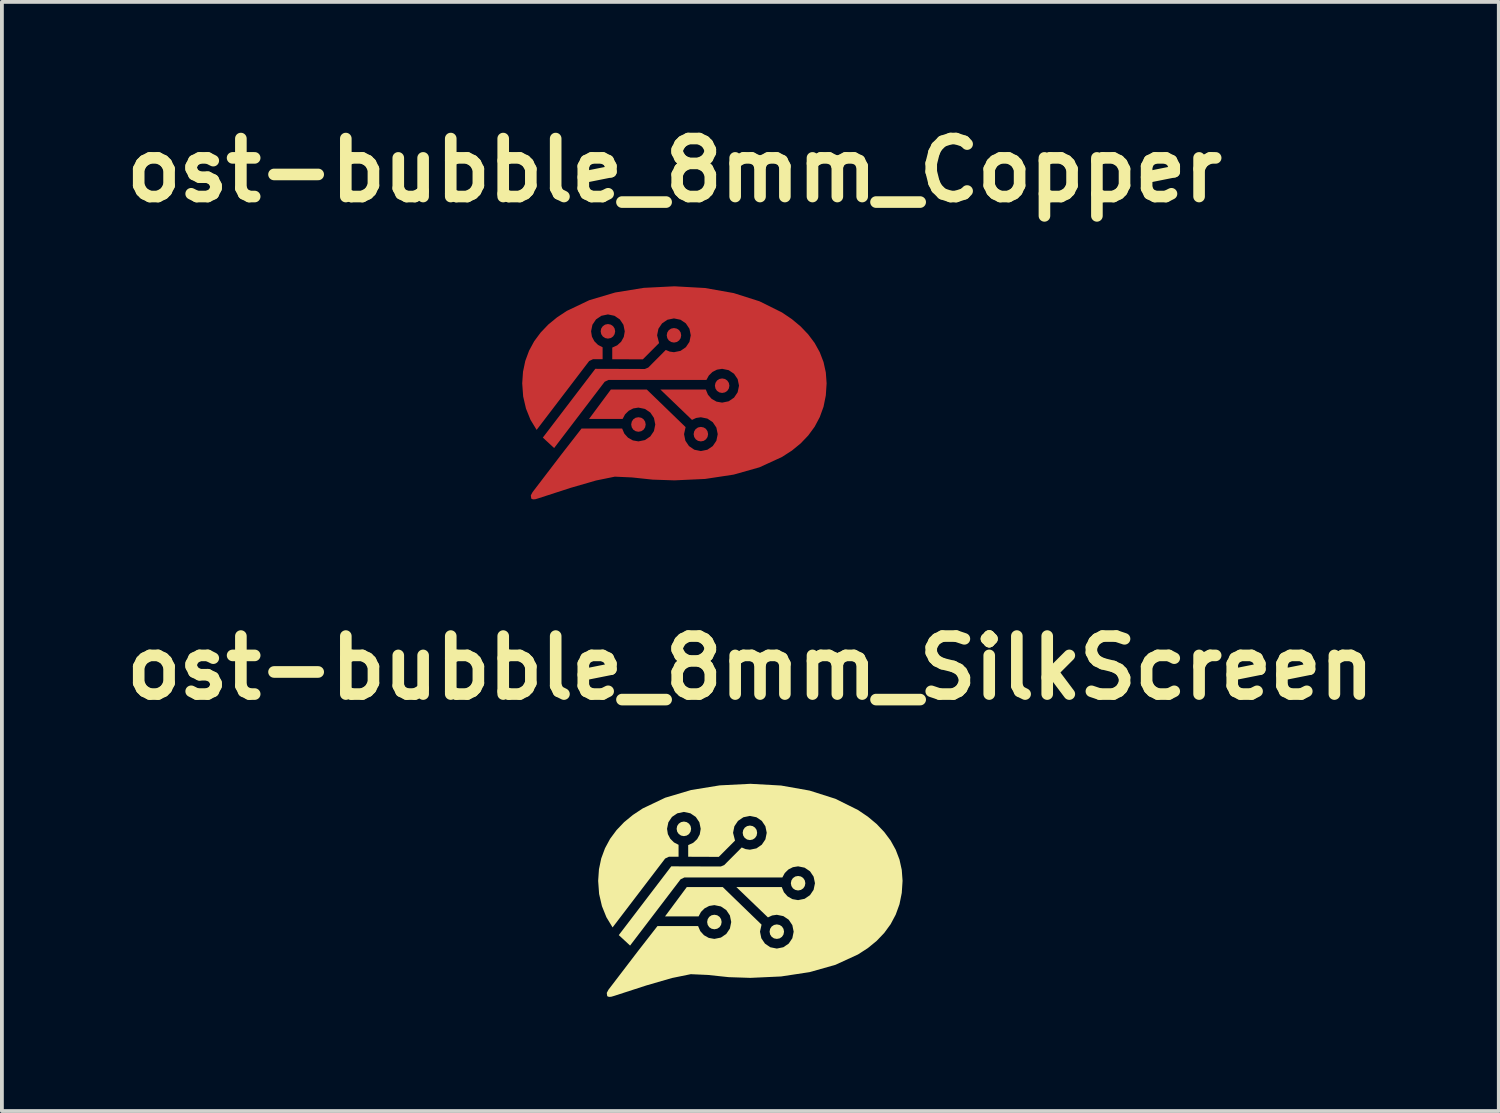
<source format=kicad_pcb>
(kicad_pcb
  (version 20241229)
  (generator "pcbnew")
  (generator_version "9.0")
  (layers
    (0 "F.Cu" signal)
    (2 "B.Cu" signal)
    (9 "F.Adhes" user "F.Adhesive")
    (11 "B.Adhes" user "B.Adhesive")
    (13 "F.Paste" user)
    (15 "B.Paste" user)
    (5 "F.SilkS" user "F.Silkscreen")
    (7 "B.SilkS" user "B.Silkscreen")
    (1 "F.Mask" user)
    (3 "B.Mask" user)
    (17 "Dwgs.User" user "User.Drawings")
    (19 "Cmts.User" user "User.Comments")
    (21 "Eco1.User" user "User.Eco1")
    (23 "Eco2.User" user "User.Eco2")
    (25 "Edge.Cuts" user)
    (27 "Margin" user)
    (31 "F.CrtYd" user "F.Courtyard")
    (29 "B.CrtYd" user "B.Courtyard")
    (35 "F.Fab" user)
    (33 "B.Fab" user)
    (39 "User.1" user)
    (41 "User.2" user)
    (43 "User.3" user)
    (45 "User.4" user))
  (footprint "ost-bubble_8mm_Copper"
    (layer "F.Cu")
    (at 14.674 7.274)
    (property "Reference" "ost-bubble_8mm_Copper" (at 0 -5.848 0) (layer "F.SilkS") (effects (font (size 1.524 1.524) (thickness 0.305))))
    (attr exclude_from_pos_files exclude_from_bom)
    (fp_poly (pts (xy -1.747 -1.808) (xy -1.822 -1.793) (xy -1.882 -1.752) (xy -1.923 -1.692) (xy -1.938 -1.617) (xy -1.923 -1.542) (xy -1.882 -1.481) (xy -1.822 -1.44) (xy -1.747 -1.425) (xy -1.673 -1.44) (xy -1.612 -1.481) (xy -1.572 -1.542) (xy -1.557 -1.617) (xy -1.572 -1.692) (xy -1.612 -1.752) (xy -1.673 -1.793) (xy -1.747 -1.808)) (stroke (width 0) (type solid)) (fill yes) (layer "F.Cu"))
    (fp_poly (pts (xy -0.946 0.641) (xy -1.02 0.655) (xy -1.081 0.696) (xy -1.121 0.757) (xy -1.136 0.832) (xy -1.121 0.907) (xy -1.081 0.968) (xy -1.02 1.008) (xy -0.946 1.023) (xy -0.871 1.008) (xy -0.81 0.968) (xy -0.77 0.907) (xy -0.755 0.832) (xy -0.77 0.757) (xy -0.81 0.696) (xy -0.871 0.655) (xy -0.946 0.641)) (stroke (width 0) (type solid)) (fill yes) (layer "F.Cu"))
    (fp_poly (pts (xy 0.695 0.895) (xy 0.62 0.91) (xy 0.56 0.95) (xy 0.52 1.011) (xy 0.505 1.086) (xy 0.52 1.161) (xy 0.56 1.221) (xy 0.62 1.262) (xy 0.695 1.276) (xy 0.77 1.262) (xy 0.83 1.221) (xy 0.87 1.161) (xy 0.885 1.086) (xy 0.87 1.011) (xy 0.83 0.95) (xy 0.77 0.91) (xy 0.695 0.895)) (stroke (width 0) (type solid)) (fill yes) (layer "F.Cu"))
    (fp_poly (pts (xy -0.012 -1.703) (xy -0.087 -1.688) (xy -0.147 -1.648) (xy -0.187 -1.587) (xy -0.202 -1.512) (xy -0.187 -1.437) (xy -0.147 -1.377) (xy -0.087 -1.336) (xy -0.012 -1.321) (xy 0.063 -1.336) (xy 0.123 -1.377) (xy 0.164 -1.437) (xy 0.178 -1.512) (xy 0.164 -1.587) (xy 0.123 -1.648) (xy 0.063 -1.688) (xy -0.012 -1.703) (xy -0.012 -1.703)) (stroke (width 0) (type solid)) (fill yes) (layer "F.Cu"))
    (fp_poly (pts (xy 1.254 -0.378) (xy 1.18 -0.364) (xy 1.119 -0.323) (xy 1.079 -0.262) (xy 1.064 -0.188) (xy 1.079 -0.113) (xy 1.119 -0.052) (xy 1.18 -0.012) (xy 1.254 0.003) (xy 1.329 -0.012) (xy 1.389 -0.052) (xy 1.43 -0.113) (xy 1.445 -0.188) (xy 1.43 -0.262) (xy 1.389 -0.323) (xy 1.329 -0.364) (xy 1.254 -0.378) (xy 1.254 -0.378)) (stroke (width 0) (type solid)) (fill yes) (layer "F.Cu"))
    (fp_poly (pts (xy -0.000064 -2.8) (xy -0.806 -2.759) (xy -1.557 -2.637) (xy -2.237 -2.435) (xy -2.829 -2.153) (xy -3.087 -1.982) (xy -3.317 -1.793) (xy -3.517 -1.583) (xy -3.686 -1.355) (xy -3.82 -1.107) (xy -3.919 -0.84) (xy -3.979 -0.555) (xy -4 -0.25) (xy -3.975 0.095) (xy -3.901 0.414) (xy -3.783 0.707) (xy -3.621 0.974) (xy -2.24 -0.836) (xy -2.14 -0.884) (xy -1.887 -0.884) (xy -1.887 -1.197) (xy -2.008 -1.26) (xy -2.104 -1.356) (xy -2.168 -1.477) (xy -2.19 -1.617) (xy -2.155 -1.789) (xy -2.06 -1.93) (xy -1.919 -2.025) (xy -1.747 -2.061) (xy -1.576 -2.025) (xy -1.435 -1.93) (xy -1.34 -1.789) (xy -1.305 -1.617) (xy -1.33 -1.471) (xy -1.399 -1.345) (xy -1.503 -1.249) (xy -1.634 -1.189) (xy -1.634 -0.883) (xy -0.83 -0.88) (xy -0.403 -1.308) (xy -0.455 -1.512) (xy -0.42 -1.684) (xy -0.325 -1.825) (xy -0.184 -1.921) (xy -0.012 -1.956) (xy 0.16 -1.921) (xy 0.3 -1.826) (xy 0.395 -1.684) (xy 0.43 -1.512) (xy 0.395 -1.34) (xy 0.3 -1.199) (xy 0.16 -1.103) (xy -0.012 -1.068) (xy -0.125 -1.084) (xy -0.227 -1.127) (xy -0.688 -0.664) (xy -0.777 -0.627) (xy -2.079 -0.631) (xy -3.458 1.176) (xy -3.161 1.451) (xy -1.833 -0.291) (xy -1.733 -0.339) (xy 0.841 -0.339) (xy 0.905 -0.456) (xy 1 -0.549) (xy 1.118 -0.609) (xy 1.254 -0.631) (xy 1.426 -0.596) (xy 1.567 -0.501) (xy 1.662 -0.36) (xy 1.698 -0.188) (xy 1.662 -0.015) (xy 1.567 0.126) (xy 1.426 0.222) (xy 1.254 0.257) (xy 1.106 0.231) (xy 0.979 0.159) (xy 0.882 0.05) (xy 0.825 -0.086) (xy -0.368 -0.086) (xy 0.462 0.711) (xy 0.572 0.66) (xy 0.695 0.642) (xy 0.867 0.677) (xy 1.008 0.772) (xy 1.103 0.914) (xy 1.138 1.086) (xy 1.103 1.258) (xy 1.008 1.399) (xy 0.867 1.495) (xy 0.695 1.53) (xy 0.523 1.495) (xy 0.383 1.399) (xy 0.288 1.258) (xy 0.253 1.086) (xy 0.294 0.901) (xy -0.725 -0.086) (xy -1.671 -0.086) (xy -2.243 0.685) (xy -1.361 0.685) (xy -1.297 0.566) (xy -1.202 0.472) (xy -1.083 0.41) (xy -0.946 0.388) (xy -0.774 0.423) (xy -0.633 0.518) (xy -0.538 0.66) (xy -0.503 0.832) (xy -0.538 1.004) (xy -0.633 1.145) (xy -0.774 1.241) (xy -0.946 1.276) (xy -1.093 1.25) (xy -1.219 1.179) (xy -1.316 1.072) (xy -1.374 0.938) (xy -2.441 0.938) (xy -2.954 1.597) (xy -3.729 2.611) (xy -3.774 2.695) (xy -3.762 2.781) (xy -3.716 2.8) (xy -3.656 2.796) (xy -3.581 2.774) (xy -2.734 2.499) (xy -2.061 2.304) (xy -1.566 2.203) (xy -1.118 2.223) (xy -0.571 2.281) (xy -0.000044 2.3) (xy 0.806 2.263) (xy 1.557 2.149) (xy 2.236 1.957) (xy 2.828 1.685) (xy 3.087 1.518) (xy 3.317 1.33) (xy 3.517 1.121) (xy 3.686 0.89) (xy 3.82 0.638) (xy 3.919 0.365) (xy 3.979 0.068) (xy 4 -0.25) (xy 3.979 -0.537) (xy 3.919 -0.809) (xy 3.82 -1.067) (xy 3.686 -1.309) (xy 3.517 -1.535) (xy 3.317 -1.745) (xy 3.087 -1.937) (xy 2.828 -2.112) (xy 2.236 -2.406) (xy 1.557 -2.622) (xy 0.806 -2.755) (xy -0.000044 -2.8) (xy -0.000064 -2.8)) (stroke (width 0) (type solid)) (fill yes) (layer "F.Cu")))
  (footprint "ost-bubble_8mm_SilkScreen"
    (layer "F.Cu")
    (at 16.67 20.349)
    (property "Reference" "ost-bubble_8mm_SilkScreen" (at 0 -5.848 0) (layer "F.SilkS") (effects (font (size 1.524 1.524) (thickness 0.305))))
    (attr exclude_from_pos_files exclude_from_bom)
    (fp_poly (pts (xy -1.747 -1.808) (xy -1.822 -1.793) (xy -1.882 -1.752) (xy -1.923 -1.692) (xy -1.938 -1.617) (xy -1.923 -1.542) (xy -1.882 -1.481) (xy -1.822 -1.44) (xy -1.747 -1.425) (xy -1.673 -1.44) (xy -1.612 -1.481) (xy -1.572 -1.542) (xy -1.557 -1.617) (xy -1.572 -1.692) (xy -1.612 -1.752) (xy -1.673 -1.793) (xy -1.747 -1.808)) (stroke (width 0) (type solid)) (fill yes) (layer "F.SilkS"))
    (fp_poly (pts (xy -0.946 0.641) (xy -1.02 0.655) (xy -1.081 0.696) (xy -1.121 0.757) (xy -1.136 0.832) (xy -1.121 0.907) (xy -1.081 0.968) (xy -1.02 1.008) (xy -0.946 1.023) (xy -0.871 1.008) (xy -0.81 0.968) (xy -0.77 0.907) (xy -0.755 0.832) (xy -0.77 0.757) (xy -0.81 0.696) (xy -0.871 0.655) (xy -0.946 0.641)) (stroke (width 0) (type solid)) (fill yes) (layer "F.SilkS"))
    (fp_poly (pts (xy -0.012 -1.703) (xy -0.087 -1.688) (xy -0.147 -1.648) (xy -0.187 -1.587) (xy -0.202 -1.512) (xy -0.187 -1.437) (xy -0.147 -1.377) (xy -0.087 -1.336) (xy -0.012 -1.321) (xy 0.063 -1.336) (xy 0.123 -1.377) (xy 0.164 -1.437) (xy 0.178 -1.512) (xy 0.164 -1.587) (xy 0.123 -1.648) (xy 0.063 -1.688) (xy -0.012 -1.703)) (stroke (width 0) (type solid)) (fill yes) (layer "F.SilkS"))
    (fp_poly (pts (xy 0.695 0.895) (xy 0.62 0.91) (xy 0.56 0.95) (xy 0.52 1.011) (xy 0.505 1.086) (xy 0.52 1.161) (xy 0.56 1.221) (xy 0.62 1.262) (xy 0.695 1.276) (xy 0.77 1.262) (xy 0.83 1.221) (xy 0.87 1.161) (xy 0.885 1.086) (xy 0.87 1.011) (xy 0.83 0.95) (xy 0.77 0.91) (xy 0.695 0.895)) (stroke (width 0) (type solid)) (fill yes) (layer "F.SilkS"))
    (fp_poly (pts (xy 1.254 -0.378) (xy 1.18 -0.364) (xy 1.119 -0.323) (xy 1.079 -0.262) (xy 1.064 -0.188) (xy 1.079 -0.113) (xy 1.119 -0.052) (xy 1.18 -0.012) (xy 1.254 0.003) (xy 1.329 -0.012) (xy 1.389 -0.052) (xy 1.43 -0.113) (xy 1.445 -0.188) (xy 1.43 -0.262) (xy 1.389 -0.323) (xy 1.329 -0.364) (xy 1.254 -0.378) (xy 1.254 -0.378)) (stroke (width 0) (type solid)) (fill yes) (layer "F.SilkS"))
    (fp_poly (pts (xy -0.000064 -2.8) (xy -0.806 -2.759) (xy -1.557 -2.637) (xy -2.237 -2.435) (xy -2.829 -2.153) (xy -3.087 -1.982) (xy -3.317 -1.793) (xy -3.517 -1.583) (xy -3.686 -1.355) (xy -3.82 -1.107) (xy -3.919 -0.84) (xy -3.979 -0.555) (xy -4 -0.25) (xy -3.975 0.095) (xy -3.901 0.414) (xy -3.783 0.707) (xy -3.621 0.974) (xy -2.24 -0.836) (xy -2.14 -0.884) (xy -1.887 -0.884) (xy -1.887 -1.197) (xy -2.008 -1.26) (xy -2.104 -1.356) (xy -2.168 -1.477) (xy -2.19 -1.617) (xy -2.155 -1.789) (xy -2.06 -1.93) (xy -1.919 -2.025) (xy -1.747 -2.061) (xy -1.576 -2.025) (xy -1.435 -1.93) (xy -1.34 -1.789) (xy -1.305 -1.617) (xy -1.33 -1.471) (xy -1.399 -1.345) (xy -1.503 -1.249) (xy -1.634 -1.189) (xy -1.634 -0.883) (xy -0.83 -0.88) (xy -0.403 -1.308) (xy -0.455 -1.512) (xy -0.42 -1.684) (xy -0.325 -1.825) (xy -0.184 -1.921) (xy -0.012 -1.956) (xy 0.16 -1.921) (xy 0.3 -1.826) (xy 0.395 -1.684) (xy 0.43 -1.512) (xy 0.395 -1.34) (xy 0.3 -1.199) (xy 0.16 -1.103) (xy -0.012 -1.068) (xy -0.125 -1.084) (xy -0.227 -1.127) (xy -0.688 -0.664) (xy -0.777 -0.627) (xy -2.079 -0.631) (xy -3.458 1.176) (xy -3.161 1.451) (xy -1.833 -0.291) (xy -1.733 -0.339) (xy 0.841 -0.339) (xy 0.905 -0.456) (xy 1 -0.549) (xy 1.118 -0.609) (xy 1.254 -0.631) (xy 1.426 -0.596) (xy 1.567 -0.501) (xy 1.662 -0.36) (xy 1.698 -0.188) (xy 1.662 -0.015) (xy 1.567 0.126) (xy 1.426 0.222) (xy 1.254 0.257) (xy 1.106 0.231) (xy 0.979 0.159) (xy 0.882 0.05) (xy 0.825 -0.086) (xy -0.368 -0.086) (xy 0.462 0.711) (xy 0.572 0.66) (xy 0.695 0.642) (xy 0.867 0.677) (xy 1.008 0.772) (xy 1.103 0.914) (xy 1.138 1.086) (xy 1.103 1.258) (xy 1.008 1.399) (xy 0.867 1.495) (xy 0.695 1.53) (xy 0.523 1.495) (xy 0.383 1.399) (xy 0.288 1.258) (xy 0.253 1.086) (xy 0.294 0.901) (xy -0.725 -0.086) (xy -1.671 -0.086) (xy -2.243 0.685) (xy -1.361 0.685) (xy -1.297 0.566) (xy -1.202 0.472) (xy -1.083 0.41) (xy -0.946 0.388) (xy -0.774 0.423) (xy -0.633 0.518) (xy -0.538 0.66) (xy -0.503 0.832) (xy -0.538 1.004) (xy -0.633 1.145) (xy -0.774 1.241) (xy -0.946 1.276) (xy -1.093 1.25) (xy -1.219 1.179) (xy -1.316 1.072) (xy -1.374 0.938) (xy -2.441 0.938) (xy -2.954 1.597) (xy -3.729 2.611) (xy -3.774 2.695) (xy -3.762 2.781) (xy -3.716 2.8) (xy -3.656 2.796) (xy -3.581 2.774) (xy -2.734 2.499) (xy -2.061 2.304) (xy -1.566 2.203) (xy -1.118 2.223) (xy -0.571 2.281) (xy -0.000044 2.3) (xy 0.806 2.263) (xy 1.557 2.149) (xy 2.236 1.957) (xy 2.828 1.685) (xy 3.087 1.518) (xy 3.317 1.33) (xy 3.517 1.121) (xy 3.686 0.89) (xy 3.82 0.638) (xy 3.919 0.365) (xy 3.979 0.068) (xy 4 -0.25) (xy 3.979 -0.537) (xy 3.919 -0.809) (xy 3.82 -1.067) (xy 3.686 -1.309) (xy 3.517 -1.535) (xy 3.317 -1.745) (xy 3.087 -1.937) (xy 2.828 -2.112) (xy 2.236 -2.406) (xy 1.557 -2.622) (xy 0.806 -2.755) (xy -0.000044 -2.8) (xy -0.000064 -2.8)) (stroke (width 0) (type solid)) (fill yes) (layer "F.SilkS")))
  (gr_rect
    (start -3 -3)
    (end 36.339 26.149)
    (stroke (width 0.1) (type default))
    (fill no)
    (layer "Edge.Cuts")))
</source>
